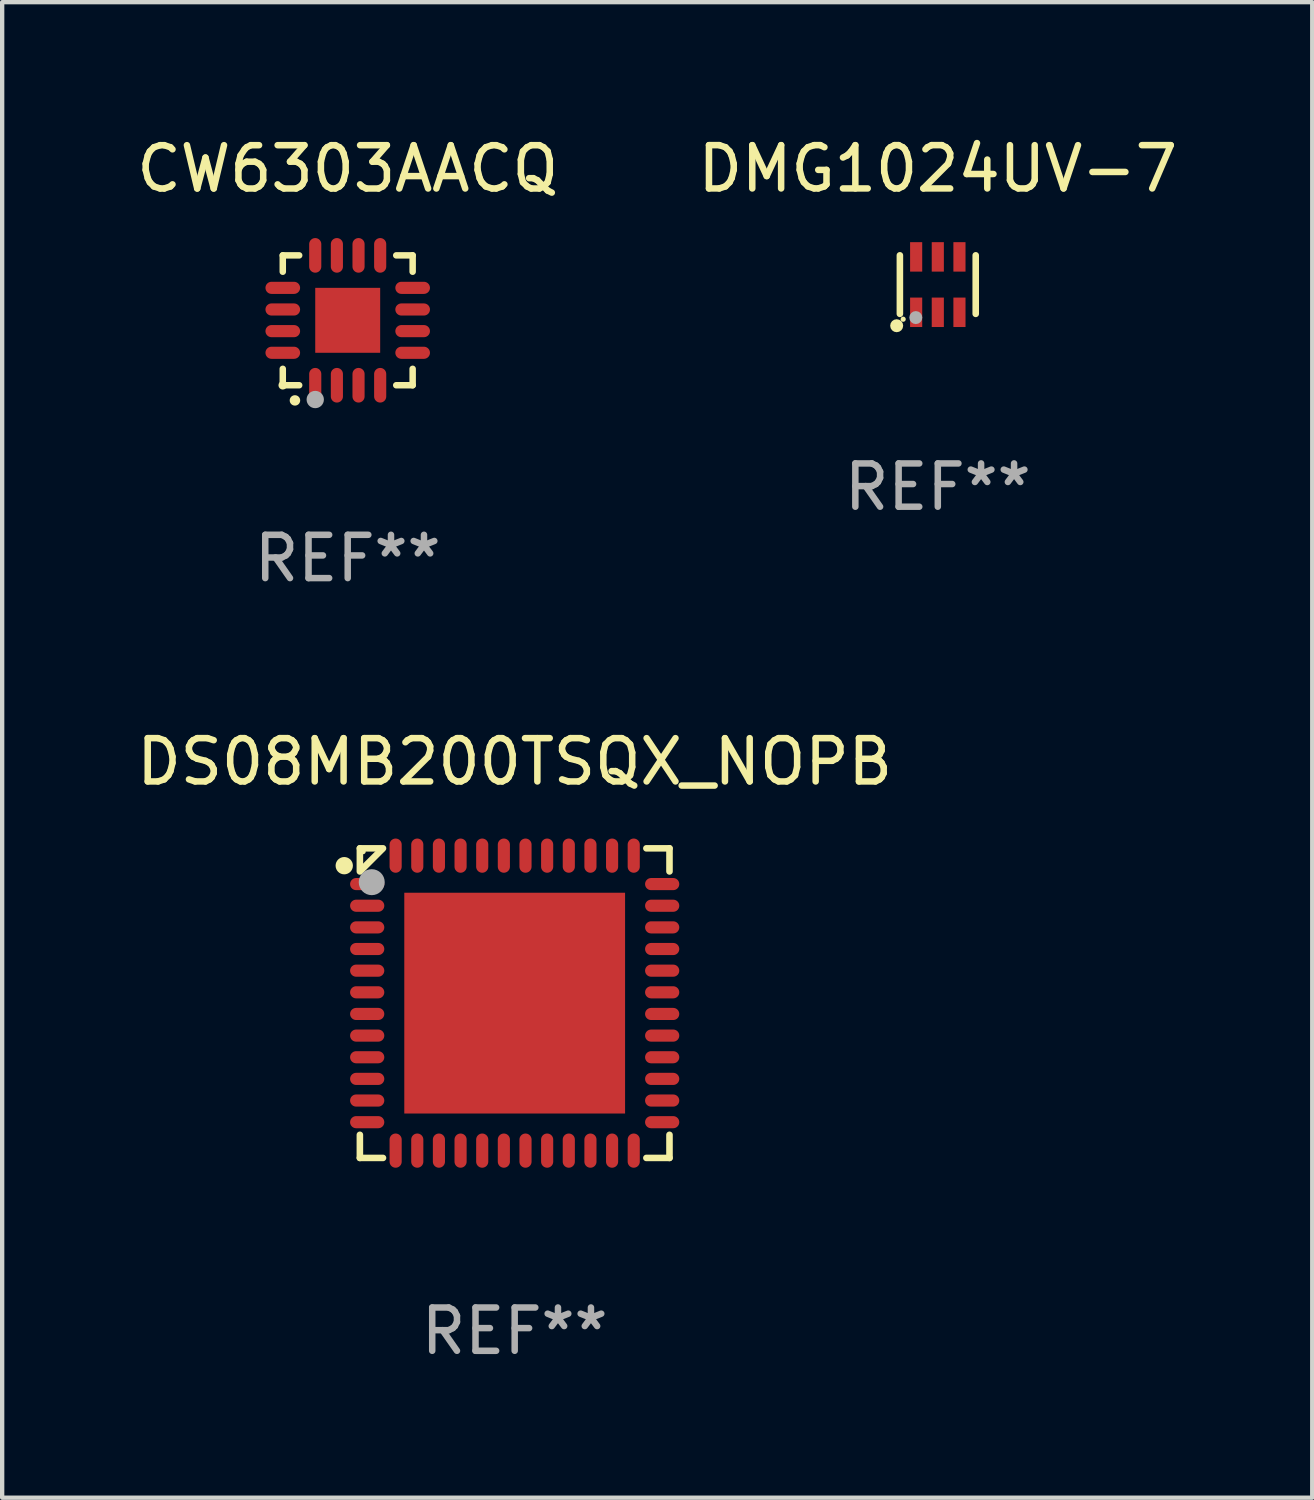
<source format=kicad_pcb>
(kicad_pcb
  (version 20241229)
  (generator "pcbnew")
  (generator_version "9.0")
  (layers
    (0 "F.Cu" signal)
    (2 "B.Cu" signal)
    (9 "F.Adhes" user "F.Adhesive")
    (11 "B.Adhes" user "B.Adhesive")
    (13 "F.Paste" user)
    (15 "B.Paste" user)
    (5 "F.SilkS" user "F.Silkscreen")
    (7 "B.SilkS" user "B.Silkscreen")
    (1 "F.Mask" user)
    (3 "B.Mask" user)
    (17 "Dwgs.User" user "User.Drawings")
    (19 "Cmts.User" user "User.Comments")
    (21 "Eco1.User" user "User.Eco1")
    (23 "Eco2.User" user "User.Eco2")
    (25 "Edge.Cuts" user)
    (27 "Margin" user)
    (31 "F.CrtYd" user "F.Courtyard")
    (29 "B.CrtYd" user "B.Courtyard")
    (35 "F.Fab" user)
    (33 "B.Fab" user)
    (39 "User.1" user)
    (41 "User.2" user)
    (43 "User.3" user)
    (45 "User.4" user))
  (footprint "CW6303AACQ"
    (layer "F.Cu")
    (at 4.982 4.349)
    (property "Reference" "CW6303AACQ" (at 0 -3.5 0) (layer "F.SilkS") (effects (font (size 1 1) (thickness 0.15))))
    (attr through_hole)
    (fp_line (start -1.5 -1.5) (end -1.121 -1.5) (stroke (width 0.15) (type solid)) (layer "F.SilkS"))
    (fp_line (start -1.5 -1.122) (end -1.5 -1.5) (stroke (width 0.15) (type solid)) (layer "F.SilkS"))
    (fp_line (start -1.5 1.5) (end -1.5 1.121) (stroke (width 0.15) (type solid)) (layer "F.SilkS"))
    (fp_line (start -1.121 1.5) (end -1.5 1.5) (stroke (width 0.15) (type solid)) (layer "F.SilkS"))
    (fp_line (start 1.121 -1.5) (end 1.5 -1.5) (stroke (width 0.15) (type solid)) (layer "F.SilkS"))
    (fp_line (start 1.5 -1.5) (end 1.5 -1.122) (stroke (width 0.15) (type solid)) (layer "F.SilkS"))
    (fp_line (start 1.5 1.121) (end 1.5 1.5) (stroke (width 0.15) (type solid)) (layer "F.SilkS"))
    (fp_line (start 1.5 1.5) (end 1.121 1.5) (stroke (width 0.15) (type solid)) (layer "F.SilkS"))
    (fp_arc (start -1.219926 1.850254) (mid -1.21891 1.85025) (end -1.217894 1.850254) (stroke (width 0.240005) (type solid)) (layer "F.SilkS"))
    (fp_circle (center -1.5 1.5) (end -1.45 1.5) (stroke (width 0.1) (type solid)) (fill no) (layer "F.SilkS"))
    (fp_circle (center -0.75 1.83) (end -0.65 1.83) (stroke (width 0.2) (type solid)) (fill no) (layer "F.Fab"))
    (fp_text user "REF**" (at 0 5.5 0) (layer "F.Fab") (effects (font (size 1 1) (thickness 0.15))))
    (pad "1" smd oval (at -0.75 1.5) (size 0.28 0.8) (layers "F.Cu" "F.Mask" "F.Paste"))
    (pad "2" smd oval (at -0.25 1.5) (size 0.28 0.8) (layers "F.Cu" "F.Mask" "F.Paste"))
    (pad "3" smd oval (at 0.25 1.5) (size 0.28 0.8) (layers "F.Cu" "F.Mask" "F.Paste"))
    (pad "4" smd oval (at 0.75 1.5) (size 0.28 0.8) (layers "F.Cu" "F.Mask" "F.Paste"))
    (pad "5" smd oval (at 1.5 0.75) (size 0.8 0.28) (layers "F.Cu" "F.Mask" "F.Paste"))
    (pad "6" smd oval (at 1.5 0.25) (size 0.8 0.28) (layers "F.Cu" "F.Mask" "F.Paste"))
    (pad "7" smd oval (at 1.5 -0.25) (size 0.8 0.28) (layers "F.Cu" "F.Mask" "F.Paste"))
    (pad "8" smd oval (at 1.5 -0.75) (size 0.8 0.28) (layers "F.Cu" "F.Mask" "F.Paste"))
    (pad "9" smd oval (at 0.75 -1.5) (size 0.28 0.8) (layers "F.Cu" "F.Mask" "F.Paste"))
    (pad "10" smd oval (at 0.25 -1.5) (size 0.28 0.8) (layers "F.Cu" "F.Mask" "F.Paste"))
    (pad "11" smd oval (at -0.25 -1.5) (size 0.28 0.8) (layers "F.Cu" "F.Mask" "F.Paste"))
    (pad "12" smd oval (at -0.75 -1.5) (size 0.28 0.8) (layers "F.Cu" "F.Mask" "F.Paste"))
    (pad "13" smd oval (at -1.5 -0.75) (size 0.8 0.28) (layers "F.Cu" "F.Mask" "F.Paste"))
    (pad "14" smd oval (at -1.5 -0.25) (size 0.8 0.28) (layers "F.Cu" "F.Mask" "F.Paste"))
    (pad "15" smd oval (at -1.5 0.25) (size 0.8 0.28) (layers "F.Cu" "F.Mask" "F.Paste"))
    (pad "16" smd oval (at -1.5 0.75) (size 0.8 0.28) (layers "F.Cu" "F.Mask" "F.Paste"))
    (pad "17" smd rect (at -0.000064 0.000165) (size 1.5 1.5) (layers "F.Cu" "F.Mask" "F.Paste")))
  (footprint "DS08MB200TSQX_NOPB"
    (layer "F.Cu")
    (at 8.839 20.122)
    (property "Reference" "DS08MB200TSQX_NOPB" (at 0 -5.576 0) (layer "F.SilkS") (effects (font (size 1 1) (thickness 0.15))))
    (attr through_hole)
    (fp_line (start -3.576 -3.576) (end -3.042 -3.576) (stroke (width 0.152) (type solid)) (layer "F.SilkS"))
    (fp_line (start -3.576 -3.042) (end -3.576 -3.576) (stroke (width 0.152) (type solid)) (layer "F.SilkS"))
    (fp_line (start -3.576 3.042) (end -3.576 3.576) (stroke (width 0.152) (type solid)) (layer "F.SilkS"))
    (fp_line (start -3.576 3.576) (end -3.042 3.576) (stroke (width 0.152) (type solid)) (layer "F.SilkS"))
    (fp_line (start -3.549 -3.069) (end -3.069 -3.549) (stroke (width 0.152) (type solid)) (layer "F.SilkS"))
    (fp_line (start 3.576 -3.576) (end 3.042 -3.576) (stroke (width 0.152) (type solid)) (layer "F.SilkS"))
    (fp_line (start 3.576 -3.042) (end 3.576 -3.576) (stroke (width 0.152) (type solid)) (layer "F.SilkS"))
    (fp_line (start 3.576 3.042) (end 3.576 3.576) (stroke (width 0.152) (type solid)) (layer "F.SilkS"))
    (fp_line (start 3.576 3.576) (end 3.042 3.576) (stroke (width 0.152) (type solid)) (layer "F.SilkS"))
    (fp_circle (center -3.937 -3.175) (end -3.837 -3.175) (stroke (width 0.2) (type solid)) (fill no) (layer "F.SilkS"))
    (fp_circle (center -3.5 -3.5) (end -3.47 -3.5) (stroke (width 0.06) (type solid)) (fill no) (layer "F.SilkS"))
    (fp_circle (center -3.302 -2.794) (end -3.152 -2.794) (stroke (width 0.3) (type solid)) (fill no) (layer "F.Fab"))
    (fp_text user "REF**" (at 0 7.576 0) (layer "F.Fab") (effects (font (size 1 1) (thickness 0.15))))
    (pad "1" smd oval (at -3.407 -2.75) (size 0.79 0.28) (layers "F.Cu" "F.Mask" "F.Paste"))
    (pad "2" smd oval (at -3.407 -2.25) (size 0.79 0.28) (layers "F.Cu" "F.Mask" "F.Paste"))
    (pad "3" smd oval (at -3.407 -1.75) (size 0.79 0.28) (layers "F.Cu" "F.Mask" "F.Paste"))
    (pad "4" smd oval (at -3.407 -1.25) (size 0.79 0.28) (layers "F.Cu" "F.Mask" "F.Paste"))
    (pad "5" smd oval (at -3.407 -0.75) (size 0.79 0.28) (layers "F.Cu" "F.Mask" "F.Paste"))
    (pad "6" smd oval (at -3.407 -0.25) (size 0.79 0.28) (layers "F.Cu" "F.Mask" "F.Paste"))
    (pad "7" smd oval (at -3.407 0.25) (size 0.79 0.28) (layers "F.Cu" "F.Mask" "F.Paste"))
    (pad "8" smd oval (at -3.407 0.75) (size 0.79 0.28) (layers "F.Cu" "F.Mask" "F.Paste"))
    (pad "9" smd oval (at -3.407 1.25) (size 0.79 0.28) (layers "F.Cu" "F.Mask" "F.Paste"))
    (pad "10" smd oval (at -3.407 1.75) (size 0.79 0.28) (layers "F.Cu" "F.Mask" "F.Paste"))
    (pad "11" smd oval (at -3.407 2.25) (size 0.79 0.28) (layers "F.Cu" "F.Mask" "F.Paste"))
    (pad "12" smd oval (at -3.407 2.75) (size 0.79 0.28) (layers "F.Cu" "F.Mask" "F.Paste"))
    (pad "13" smd oval (at -2.75 3.407) (size 0.28 0.79) (layers "F.Cu" "F.Mask" "F.Paste"))
    (pad "14" smd oval (at -2.25 3.407) (size 0.28 0.79) (layers "F.Cu" "F.Mask" "F.Paste"))
    (pad "15" smd oval (at -1.75 3.407) (size 0.28 0.79) (layers "F.Cu" "F.Mask" "F.Paste"))
    (pad "16" smd oval (at -1.25 3.407) (size 0.28 0.79) (layers "F.Cu" "F.Mask" "F.Paste"))
    (pad "17" smd oval (at -0.75 3.407) (size 0.28 0.79) (layers "F.Cu" "F.Mask" "F.Paste"))
    (pad "18" smd oval (at -0.25 3.407) (size 0.28 0.79) (layers "F.Cu" "F.Mask" "F.Paste"))
    (pad "19" smd oval (at 0.25 3.407) (size 0.28 0.79) (layers "F.Cu" "F.Mask" "F.Paste"))
    (pad "20" smd oval (at 0.75 3.407) (size 0.28 0.79) (layers "F.Cu" "F.Mask" "F.Paste"))
    (pad "21" smd oval (at 1.25 3.407) (size 0.28 0.79) (layers "F.Cu" "F.Mask" "F.Paste"))
    (pad "22" smd oval (at 1.75 3.407) (size 0.28 0.79) (layers "F.Cu" "F.Mask" "F.Paste"))
    (pad "23" smd oval (at 2.25 3.407) (size 0.28 0.79) (layers "F.Cu" "F.Mask" "F.Paste"))
    (pad "24" smd oval (at 2.75 3.407) (size 0.28 0.79) (layers "F.Cu" "F.Mask" "F.Paste"))
    (pad "25" smd oval (at 3.407 2.75) (size 0.79 0.28) (layers "F.Cu" "F.Mask" "F.Paste"))
    (pad "26" smd oval (at 3.407 2.25) (size 0.79 0.28) (layers "F.Cu" "F.Mask" "F.Paste"))
    (pad "27" smd oval (at 3.407 1.75) (size 0.79 0.28) (layers "F.Cu" "F.Mask" "F.Paste"))
    (pad "28" smd oval (at 3.407 1.25) (size 0.79 0.28) (layers "F.Cu" "F.Mask" "F.Paste"))
    (pad "29" smd oval (at 3.407 0.75) (size 0.79 0.28) (layers "F.Cu" "F.Mask" "F.Paste"))
    (pad "30" smd oval (at 3.407 0.25) (size 0.79 0.28) (layers "F.Cu" "F.Mask" "F.Paste"))
    (pad "31" smd oval (at 3.407 -0.25) (size 0.79 0.28) (layers "F.Cu" "F.Mask" "F.Paste"))
    (pad "32" smd oval (at 3.407 -0.75) (size 0.79 0.28) (layers "F.Cu" "F.Mask" "F.Paste"))
    (pad "33" smd oval (at 3.407 -1.25) (size 0.79 0.28) (layers "F.Cu" "F.Mask" "F.Paste"))
    (pad "34" smd oval (at 3.407 -1.75) (size 0.79 0.28) (layers "F.Cu" "F.Mask" "F.Paste"))
    (pad "35" smd oval (at 3.407 -2.25) (size 0.79 0.28) (layers "F.Cu" "F.Mask" "F.Paste"))
    (pad "36" smd oval (at 3.407 -2.75) (size 0.79 0.28) (layers "F.Cu" "F.Mask" "F.Paste"))
    (pad "37" smd oval (at 2.75 -3.407) (size 0.28 0.79) (layers "F.Cu" "F.Mask" "F.Paste"))
    (pad "38" smd oval (at 2.25 -3.407) (size 0.28 0.79) (layers "F.Cu" "F.Mask" "F.Paste"))
    (pad "39" smd oval (at 1.75 -3.407) (size 0.28 0.79) (layers "F.Cu" "F.Mask" "F.Paste"))
    (pad "40" smd oval (at 1.25 -3.407) (size 0.28 0.79) (layers "F.Cu" "F.Mask" "F.Paste"))
    (pad "41" smd oval (at 0.75 -3.407) (size 0.28 0.79) (layers "F.Cu" "F.Mask" "F.Paste"))
    (pad "42" smd oval (at 0.25 -3.407) (size 0.28 0.79) (layers "F.Cu" "F.Mask" "F.Paste"))
    (pad "43" smd oval (at -0.25 -3.407) (size 0.28 0.79) (layers "F.Cu" "F.Mask" "F.Paste"))
    (pad "44" smd oval (at -0.75 -3.407) (size 0.28 0.79) (layers "F.Cu" "F.Mask" "F.Paste"))
    (pad "45" smd oval (at -1.25 -3.407) (size 0.28 0.79) (layers "F.Cu" "F.Mask" "F.Paste"))
    (pad "46" smd oval (at -1.75 -3.407) (size 0.28 0.79) (layers "F.Cu" "F.Mask" "F.Paste"))
    (pad "47" smd oval (at -2.25 -3.407) (size 0.28 0.79) (layers "F.Cu" "F.Mask" "F.Paste"))
    (pad "48" smd oval (at -2.75 -3.407) (size 0.28 0.79) (layers "F.Cu" "F.Mask" "F.Paste"))
    (pad "49" smd rect (at 0 0) (size 5.1 5.1) (layers "F.Cu" "F.Mask" "F.Paste")))
  (footprint "DMG1024UV-7"
    (layer "F.Cu")
    (at 18.613 3.524)
    (property "Reference" "DMG1024UV-7" (at 0 -2.676 0) (layer "F.SilkS") (effects (font (size 1 1) (thickness 0.15))))
    (attr through_hole)
    (fp_line (start -0.876 0.676) (end -0.876 -0.676) (stroke (width 0.152) (type solid)) (layer "F.SilkS"))
    (fp_line (start 0.876 0.676) (end 0.876 -0.676) (stroke (width 0.152) (type solid)) (layer "F.SilkS"))
    (fp_circle (center -0.95 0.95) (end -0.875 0.95) (stroke (width 0.15) (type solid)) (fill no) (layer "F.SilkS"))
    (fp_circle (center -0.8 0.8) (end -0.77 0.8) (stroke (width 0.06) (type solid)) (fill no) (layer "F.SilkS"))
    (fp_circle (center -0.508 0.762) (end -0.433 0.762) (stroke (width 0.15) (type solid)) (fill no) (layer "F.Fab"))
    (fp_text user "REF**" (at 0 4.676 0) (layer "F.Fab") (effects (font (size 1 1) (thickness 0.15))))
    (pad "1" smd rect (at -0.5 0.64) (size 0.28 0.68) (layers "F.Cu" "F.Mask" "F.Paste"))
    (pad "2" smd rect (at -0.000051 0.64) (size 0.28 0.68) (layers "F.Cu" "F.Mask" "F.Paste"))
    (pad "3" smd rect (at 0.5 0.64) (size 0.28 0.68) (layers "F.Cu" "F.Mask" "F.Paste"))
    (pad "4" smd rect (at 0.5 -0.64) (size 0.28 0.68) (layers "F.Cu" "F.Mask" "F.Paste"))
    (pad "5" smd rect (at -0.000051 -0.64) (size 0.28 0.68) (layers "F.Cu" "F.Mask" "F.Paste"))
    (pad "6" smd rect (at -0.5 -0.64) (size 0.28 0.68) (layers "F.Cu" "F.Mask" "F.Paste")))
  (gr_rect
    (start -3 -3)
    (end 27.262 31.546)
    (stroke (width 0.1) (type default))
    (fill no)
    (layer "Edge.Cuts")))
</source>
